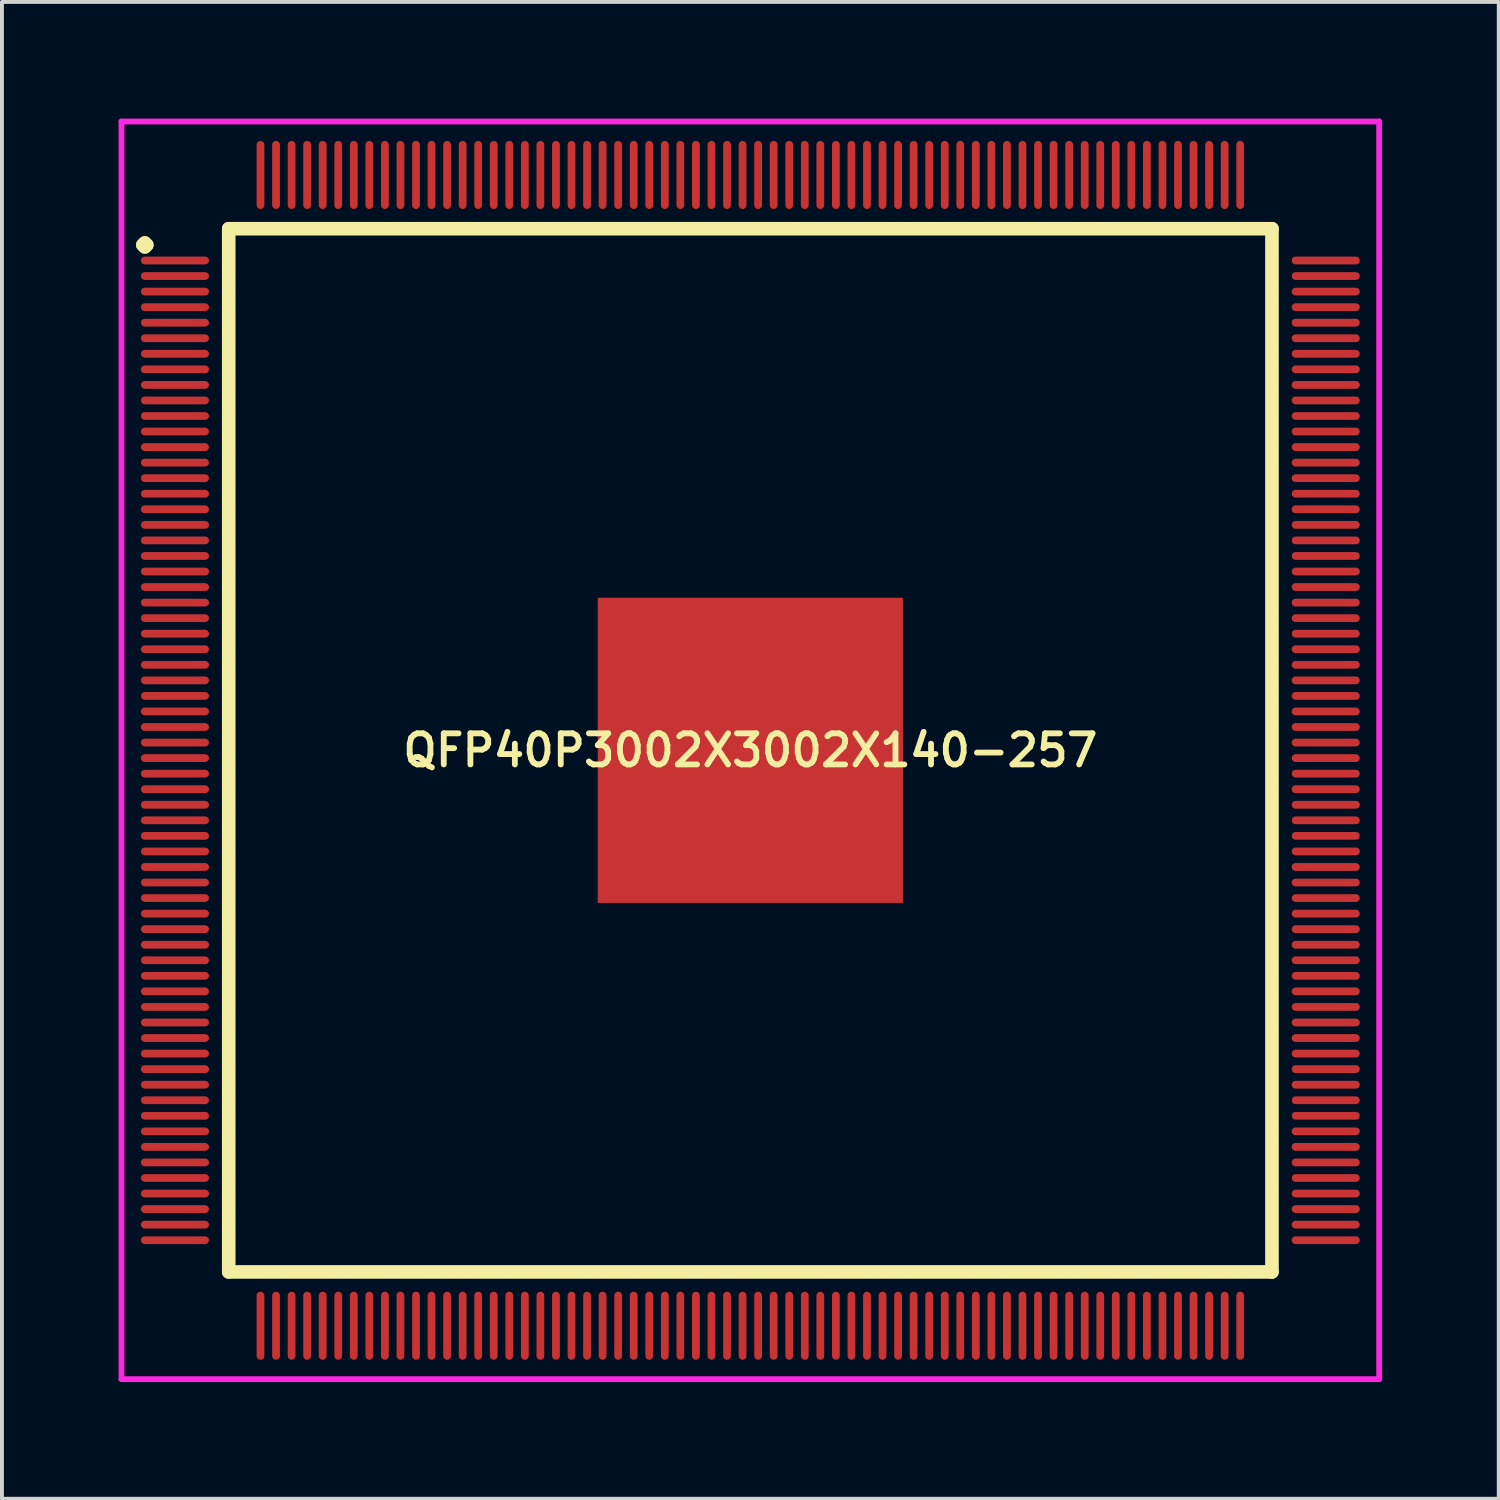
<source format=kicad_pcb>
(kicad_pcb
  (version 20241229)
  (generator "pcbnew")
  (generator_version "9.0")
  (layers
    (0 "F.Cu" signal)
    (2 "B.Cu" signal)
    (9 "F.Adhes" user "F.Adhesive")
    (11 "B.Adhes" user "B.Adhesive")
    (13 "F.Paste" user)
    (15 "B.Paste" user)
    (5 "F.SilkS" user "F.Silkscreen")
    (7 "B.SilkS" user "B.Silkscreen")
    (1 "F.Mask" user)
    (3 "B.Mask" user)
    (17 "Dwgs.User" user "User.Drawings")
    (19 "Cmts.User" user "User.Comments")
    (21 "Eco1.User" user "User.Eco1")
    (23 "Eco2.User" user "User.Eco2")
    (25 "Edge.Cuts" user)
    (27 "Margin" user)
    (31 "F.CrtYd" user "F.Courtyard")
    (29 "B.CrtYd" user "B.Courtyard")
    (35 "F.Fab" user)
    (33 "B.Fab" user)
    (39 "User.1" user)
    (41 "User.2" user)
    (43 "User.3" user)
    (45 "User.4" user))
  (footprint "QFP40P3002X3002X140-257"
    (layer "F.Cu")
    (at 16.25 16.25)
    (property "Reference" "QFP40P3002X3002X140-257" (at 0 0 0) (layer "F.SilkS") (effects (font (size 0.8 0.8) (thickness 0.15))))
    (attr smd)
    (fp_line (start -15.625 -13) (end -15.575 -13.05) (stroke (width 0.35) (type solid)) (layer "F.SilkS"))
    (fp_line (start -15.575 -13.05) (end -15.525 -13) (stroke (width 0.35) (type solid)) (layer "F.SilkS"))
    (fp_line (start -15.575 -12.95) (end -15.625 -13) (stroke (width 0.35) (type solid)) (layer "F.SilkS"))
    (fp_line (start -15.525 -13) (end -15.575 -12.95) (stroke (width 0.35) (type solid)) (layer "F.SilkS"))
    (fp_line (start -13.417 -13.417) (end -13.417 13.417) (stroke (width 0.35) (type solid)) (layer "F.SilkS"))
    (fp_line (start -13.417 13.417) (end 13.417 13.417) (stroke (width 0.35) (type solid)) (layer "F.SilkS"))
    (fp_line (start 13.417 -13.417) (end -13.417 -13.417) (stroke (width 0.35) (type solid)) (layer "F.SilkS"))
    (fp_line (start 13.417 13.417) (end 13.417 -13.417) (stroke (width 0.35) (type solid)) (layer "F.SilkS"))
    (fp_line (start -16.175 -16.175) (end 16.175 -16.175) (stroke (width 0.15) (type solid)) (layer "F.CrtYd"))
    (fp_line (start -16.175 16.175) (end -16.175 -16.175) (stroke (width 0.15) (type solid)) (layer "F.CrtYd"))
    (fp_line (start 16.175 -16.175) (end 16.175 16.175) (stroke (width 0.15) (type solid)) (layer "F.CrtYd"))
    (fp_line (start 16.175 16.175) (end -16.175 16.175) (stroke (width 0.15) (type solid)) (layer "F.CrtYd"))
    (pad "1" smd oval (at -14.8 -12.6) (size 1.75 0.2) (layers "F.Cu" "F.Mask" "F.Paste"))
    (pad "2" smd oval (at -14.8 -12.2) (size 1.75 0.2) (layers "F.Cu" "F.Mask" "F.Paste"))
    (pad "3" smd oval (at -14.8 -11.8) (size 1.75 0.2) (layers "F.Cu" "F.Mask" "F.Paste"))
    (pad "4" smd oval (at -14.8 -11.4) (size 1.75 0.2) (layers "F.Cu" "F.Mask" "F.Paste"))
    (pad "5" smd oval (at -14.8 -11) (size 1.75 0.2) (layers "F.Cu" "F.Mask" "F.Paste"))
    (pad "6" smd oval (at -14.8 -10.6) (size 1.75 0.2) (layers "F.Cu" "F.Mask" "F.Paste"))
    (pad "7" smd oval (at -14.8 -10.2) (size 1.75 0.2) (layers "F.Cu" "F.Mask" "F.Paste"))
    (pad "8" smd oval (at -14.8 -9.8) (size 1.75 0.2) (layers "F.Cu" "F.Mask" "F.Paste"))
    (pad "9" smd oval (at -14.8 -9.4) (size 1.75 0.2) (layers "F.Cu" "F.Mask" "F.Paste"))
    (pad "10" smd oval (at -14.8 -9) (size 1.75 0.2) (layers "F.Cu" "F.Mask" "F.Paste"))
    (pad "11" smd oval (at -14.8 -8.6) (size 1.75 0.2) (layers "F.Cu" "F.Mask" "F.Paste"))
    (pad "12" smd oval (at -14.8 -8.2) (size 1.75 0.2) (layers "F.Cu" "F.Mask" "F.Paste"))
    (pad "13" smd oval (at -14.8 -7.8) (size 1.75 0.2) (layers "F.Cu" "F.Mask" "F.Paste"))
    (pad "14" smd oval (at -14.8 -7.4) (size 1.75 0.2) (layers "F.Cu" "F.Mask" "F.Paste"))
    (pad "15" smd oval (at -14.8 -7) (size 1.75 0.2) (layers "F.Cu" "F.Mask" "F.Paste"))
    (pad "16" smd oval (at -14.8 -6.6) (size 1.75 0.2) (layers "F.Cu" "F.Mask" "F.Paste"))
    (pad "17" smd oval (at -14.8 -6.2) (size 1.75 0.2) (layers "F.Cu" "F.Mask" "F.Paste"))
    (pad "18" smd oval (at -14.8 -5.8) (size 1.75 0.2) (layers "F.Cu" "F.Mask" "F.Paste"))
    (pad "19" smd oval (at -14.8 -5.4) (size 1.75 0.2) (layers "F.Cu" "F.Mask" "F.Paste"))
    (pad "20" smd oval (at -14.8 -5) (size 1.75 0.2) (layers "F.Cu" "F.Mask" "F.Paste"))
    (pad "21" smd oval (at -14.8 -4.6) (size 1.75 0.2) (layers "F.Cu" "F.Mask" "F.Paste"))
    (pad "22" smd oval (at -14.8 -4.2) (size 1.75 0.2) (layers "F.Cu" "F.Mask" "F.Paste"))
    (pad "23" smd oval (at -14.8 -3.8) (size 1.75 0.2) (layers "F.Cu" "F.Mask" "F.Paste"))
    (pad "24" smd oval (at -14.8 -3.4) (size 1.75 0.2) (layers "F.Cu" "F.Mask" "F.Paste"))
    (pad "25" smd oval (at -14.8 -3) (size 1.75 0.2) (layers "F.Cu" "F.Mask" "F.Paste"))
    (pad "26" smd oval (at -14.8 -2.6) (size 1.75 0.2) (layers "F.Cu" "F.Mask" "F.Paste"))
    (pad "27" smd oval (at -14.8 -2.2) (size 1.75 0.2) (layers "F.Cu" "F.Mask" "F.Paste"))
    (pad "28" smd oval (at -14.8 -1.8) (size 1.75 0.2) (layers "F.Cu" "F.Mask" "F.Paste"))
    (pad "29" smd oval (at -14.8 -1.4) (size 1.75 0.2) (layers "F.Cu" "F.Mask" "F.Paste"))
    (pad "30" smd oval (at -14.8 -1) (size 1.75 0.2) (layers "F.Cu" "F.Mask" "F.Paste"))
    (pad "31" smd oval (at -14.8 -0.6) (size 1.75 0.2) (layers "F.Cu" "F.Mask" "F.Paste"))
    (pad "32" smd oval (at -14.8 -0.2) (size 1.75 0.2) (layers "F.Cu" "F.Mask" "F.Paste"))
    (pad "33" smd oval (at -14.8 0.2) (size 1.75 0.2) (layers "F.Cu" "F.Mask" "F.Paste"))
    (pad "34" smd oval (at -14.8 0.6) (size 1.75 0.2) (layers "F.Cu" "F.Mask" "F.Paste"))
    (pad "35" smd oval (at -14.8 1) (size 1.75 0.2) (layers "F.Cu" "F.Mask" "F.Paste"))
    (pad "36" smd oval (at -14.8 1.4) (size 1.75 0.2) (layers "F.Cu" "F.Mask" "F.Paste"))
    (pad "37" smd oval (at -14.8 1.8) (size 1.75 0.2) (layers "F.Cu" "F.Mask" "F.Paste"))
    (pad "38" smd oval (at -14.8 2.2) (size 1.75 0.2) (layers "F.Cu" "F.Mask" "F.Paste"))
    (pad "39" smd oval (at -14.8 2.6) (size 1.75 0.2) (layers "F.Cu" "F.Mask" "F.Paste"))
    (pad "40" smd oval (at -14.8 3) (size 1.75 0.2) (layers "F.Cu" "F.Mask" "F.Paste"))
    (pad "41" smd oval (at -14.8 3.4) (size 1.75 0.2) (layers "F.Cu" "F.Mask" "F.Paste"))
    (pad "42" smd oval (at -14.8 3.8) (size 1.75 0.2) (layers "F.Cu" "F.Mask" "F.Paste"))
    (pad "43" smd oval (at -14.8 4.2) (size 1.75 0.2) (layers "F.Cu" "F.Mask" "F.Paste"))
    (pad "44" smd oval (at -14.8 4.6) (size 1.75 0.2) (layers "F.Cu" "F.Mask" "F.Paste"))
    (pad "45" smd oval (at -14.8 5) (size 1.75 0.2) (layers "F.Cu" "F.Mask" "F.Paste"))
    (pad "46" smd oval (at -14.8 5.4) (size 1.75 0.2) (layers "F.Cu" "F.Mask" "F.Paste"))
    (pad "47" smd oval (at -14.8 5.8) (size 1.75 0.2) (layers "F.Cu" "F.Mask" "F.Paste"))
    (pad "48" smd oval (at -14.8 6.2) (size 1.75 0.2) (layers "F.Cu" "F.Mask" "F.Paste"))
    (pad "49" smd oval (at -14.8 6.6) (size 1.75 0.2) (layers "F.Cu" "F.Mask" "F.Paste"))
    (pad "50" smd oval (at -14.8 7) (size 1.75 0.2) (layers "F.Cu" "F.Mask" "F.Paste"))
    (pad "51" smd oval (at -14.8 7.4) (size 1.75 0.2) (layers "F.Cu" "F.Mask" "F.Paste"))
    (pad "52" smd oval (at -14.8 7.8) (size 1.75 0.2) (layers "F.Cu" "F.Mask" "F.Paste"))
    (pad "53" smd oval (at -14.8 8.2) (size 1.75 0.2) (layers "F.Cu" "F.Mask" "F.Paste"))
    (pad "54" smd oval (at -14.8 8.6) (size 1.75 0.2) (layers "F.Cu" "F.Mask" "F.Paste"))
    (pad "55" smd oval (at -14.8 9) (size 1.75 0.2) (layers "F.Cu" "F.Mask" "F.Paste"))
    (pad "56" smd oval (at -14.8 9.4) (size 1.75 0.2) (layers "F.Cu" "F.Mask" "F.Paste"))
    (pad "57" smd oval (at -14.8 9.8) (size 1.75 0.2) (layers "F.Cu" "F.Mask" "F.Paste"))
    (pad "58" smd oval (at -14.8 10.2) (size 1.75 0.2) (layers "F.Cu" "F.Mask" "F.Paste"))
    (pad "59" smd oval (at -14.8 10.6) (size 1.75 0.2) (layers "F.Cu" "F.Mask" "F.Paste"))
    (pad "60" smd oval (at -14.8 11) (size 1.75 0.2) (layers "F.Cu" "F.Mask" "F.Paste"))
    (pad "61" smd oval (at -14.8 11.4) (size 1.75 0.2) (layers "F.Cu" "F.Mask" "F.Paste"))
    (pad "62" smd oval (at -14.8 11.8) (size 1.75 0.2) (layers "F.Cu" "F.Mask" "F.Paste"))
    (pad "63" smd oval (at -14.8 12.2) (size 1.75 0.2) (layers "F.Cu" "F.Mask" "F.Paste"))
    (pad "64" smd oval (at -14.8 12.6) (size 1.75 0.2) (layers "F.Cu" "F.Mask" "F.Paste"))
    (pad "65" smd oval (at -12.6 14.8) (size 0.2 1.75) (layers "F.Cu" "F.Mask" "F.Paste"))
    (pad "66" smd oval (at -12.2 14.8) (size 0.2 1.75) (layers "F.Cu" "F.Mask" "F.Paste"))
    (pad "67" smd oval (at -11.8 14.8) (size 0.2 1.75) (layers "F.Cu" "F.Mask" "F.Paste"))
    (pad "68" smd oval (at -11.4 14.8) (size 0.2 1.75) (layers "F.Cu" "F.Mask" "F.Paste"))
    (pad "69" smd oval (at -11 14.8) (size 0.2 1.75) (layers "F.Cu" "F.Mask" "F.Paste"))
    (pad "70" smd oval (at -10.6 14.8) (size 0.2 1.75) (layers "F.Cu" "F.Mask" "F.Paste"))
    (pad "71" smd oval (at -10.2 14.8) (size 0.2 1.75) (layers "F.Cu" "F.Mask" "F.Paste"))
    (pad "72" smd oval (at -9.8 14.8) (size 0.2 1.75) (layers "F.Cu" "F.Mask" "F.Paste"))
    (pad "73" smd oval (at -9.4 14.8) (size 0.2 1.75) (layers "F.Cu" "F.Mask" "F.Paste"))
    (pad "74" smd oval (at -9 14.8) (size 0.2 1.75) (layers "F.Cu" "F.Mask" "F.Paste"))
    (pad "75" smd oval (at -8.6 14.8) (size 0.2 1.75) (layers "F.Cu" "F.Mask" "F.Paste"))
    (pad "76" smd oval (at -8.2 14.8) (size 0.2 1.75) (layers "F.Cu" "F.Mask" "F.Paste"))
    (pad "77" smd oval (at -7.8 14.8) (size 0.2 1.75) (layers "F.Cu" "F.Mask" "F.Paste"))
    (pad "78" smd oval (at -7.4 14.8) (size 0.2 1.75) (layers "F.Cu" "F.Mask" "F.Paste"))
    (pad "79" smd oval (at -7 14.8) (size 0.2 1.75) (layers "F.Cu" "F.Mask" "F.Paste"))
    (pad "80" smd oval (at -6.6 14.8) (size 0.2 1.75) (layers "F.Cu" "F.Mask" "F.Paste"))
    (pad "81" smd oval (at -6.2 14.8) (size 0.2 1.75) (layers "F.Cu" "F.Mask" "F.Paste"))
    (pad "82" smd oval (at -5.8 14.8) (size 0.2 1.75) (layers "F.Cu" "F.Mask" "F.Paste"))
    (pad "83" smd oval (at -5.4 14.8) (size 0.2 1.75) (layers "F.Cu" "F.Mask" "F.Paste"))
    (pad "84" smd oval (at -5 14.8) (size 0.2 1.75) (layers "F.Cu" "F.Mask" "F.Paste"))
    (pad "85" smd oval (at -4.6 14.8) (size 0.2 1.75) (layers "F.Cu" "F.Mask" "F.Paste"))
    (pad "86" smd oval (at -4.2 14.8) (size 0.2 1.75) (layers "F.Cu" "F.Mask" "F.Paste"))
    (pad "87" smd oval (at -3.8 14.8) (size 0.2 1.75) (layers "F.Cu" "F.Mask" "F.Paste"))
    (pad "88" smd oval (at -3.4 14.8) (size 0.2 1.75) (layers "F.Cu" "F.Mask" "F.Paste"))
    (pad "89" smd oval (at -3 14.8) (size 0.2 1.75) (layers "F.Cu" "F.Mask" "F.Paste"))
    (pad "90" smd oval (at -2.6 14.8) (size 0.2 1.75) (layers "F.Cu" "F.Mask" "F.Paste"))
    (pad "91" smd oval (at -2.2 14.8) (size 0.2 1.75) (layers "F.Cu" "F.Mask" "F.Paste"))
    (pad "92" smd oval (at -1.8 14.8) (size 0.2 1.75) (layers "F.Cu" "F.Mask" "F.Paste"))
    (pad "93" smd oval (at -1.4 14.8) (size 0.2 1.75) (layers "F.Cu" "F.Mask" "F.Paste"))
    (pad "94" smd oval (at -1 14.8) (size 0.2 1.75) (layers "F.Cu" "F.Mask" "F.Paste"))
    (pad "95" smd oval (at -0.6 14.8) (size 0.2 1.75) (layers "F.Cu" "F.Mask" "F.Paste"))
    (pad "96" smd oval (at -0.2 14.8) (size 0.2 1.75) (layers "F.Cu" "F.Mask" "F.Paste"))
    (pad "97" smd oval (at 0.2 14.8) (size 0.2 1.75) (layers "F.Cu" "F.Mask" "F.Paste"))
    (pad "98" smd oval (at 0.6 14.8) (size 0.2 1.75) (layers "F.Cu" "F.Mask" "F.Paste"))
    (pad "99" smd oval (at 1 14.8) (size 0.2 1.75) (layers "F.Cu" "F.Mask" "F.Paste"))
    (pad "100" smd oval (at 1.4 14.8) (size 0.2 1.75) (layers "F.Cu" "F.Mask" "F.Paste"))
    (pad "101" smd oval (at 1.8 14.8) (size 0.2 1.75) (layers "F.Cu" "F.Mask" "F.Paste"))
    (pad "102" smd oval (at 2.2 14.8) (size 0.2 1.75) (layers "F.Cu" "F.Mask" "F.Paste"))
    (pad "103" smd oval (at 2.6 14.8) (size 0.2 1.75) (layers "F.Cu" "F.Mask" "F.Paste"))
    (pad "104" smd oval (at 3 14.8) (size 0.2 1.75) (layers "F.Cu" "F.Mask" "F.Paste"))
    (pad "105" smd oval (at 3.4 14.8) (size 0.2 1.75) (layers "F.Cu" "F.Mask" "F.Paste"))
    (pad "106" smd oval (at 3.8 14.8) (size 0.2 1.75) (layers "F.Cu" "F.Mask" "F.Paste"))
    (pad "107" smd oval (at 4.2 14.8) (size 0.2 1.75) (layers "F.Cu" "F.Mask" "F.Paste"))
    (pad "108" smd oval (at 4.6 14.8) (size 0.2 1.75) (layers "F.Cu" "F.Mask" "F.Paste"))
    (pad "109" smd oval (at 5 14.8) (size 0.2 1.75) (layers "F.Cu" "F.Mask" "F.Paste"))
    (pad "110" smd oval (at 5.4 14.8) (size 0.2 1.75) (layers "F.Cu" "F.Mask" "F.Paste"))
    (pad "111" smd oval (at 5.8 14.8) (size 0.2 1.75) (layers "F.Cu" "F.Mask" "F.Paste"))
    (pad "112" smd oval (at 6.2 14.8) (size 0.2 1.75) (layers "F.Cu" "F.Mask" "F.Paste"))
    (pad "113" smd oval (at 6.6 14.8) (size 0.2 1.75) (layers "F.Cu" "F.Mask" "F.Paste"))
    (pad "114" smd oval (at 7 14.8) (size 0.2 1.75) (layers "F.Cu" "F.Mask" "F.Paste"))
    (pad "115" smd oval (at 7.4 14.8) (size 0.2 1.75) (layers "F.Cu" "F.Mask" "F.Paste"))
    (pad "116" smd oval (at 7.8 14.8) (size 0.2 1.75) (layers "F.Cu" "F.Mask" "F.Paste"))
    (pad "117" smd oval (at 8.2 14.8) (size 0.2 1.75) (layers "F.Cu" "F.Mask" "F.Paste"))
    (pad "118" smd oval (at 8.6 14.8) (size 0.2 1.75) (layers "F.Cu" "F.Mask" "F.Paste"))
    (pad "119" smd oval (at 9 14.8) (size 0.2 1.75) (layers "F.Cu" "F.Mask" "F.Paste"))
    (pad "120" smd oval (at 9.4 14.8) (size 0.2 1.75) (layers "F.Cu" "F.Mask" "F.Paste"))
    (pad "121" smd oval (at 9.8 14.8) (size 0.2 1.75) (layers "F.Cu" "F.Mask" "F.Paste"))
    (pad "122" smd oval (at 10.2 14.8) (size 0.2 1.75) (layers "F.Cu" "F.Mask" "F.Paste"))
    (pad "123" smd oval (at 10.6 14.8) (size 0.2 1.75) (layers "F.Cu" "F.Mask" "F.Paste"))
    (pad "124" smd oval (at 11 14.8) (size 0.2 1.75) (layers "F.Cu" "F.Mask" "F.Paste"))
    (pad "125" smd oval (at 11.4 14.8) (size 0.2 1.75) (layers "F.Cu" "F.Mask" "F.Paste"))
    (pad "126" smd oval (at 11.8 14.8) (size 0.2 1.75) (layers "F.Cu" "F.Mask" "F.Paste"))
    (pad "127" smd oval (at 12.2 14.8) (size 0.2 1.75) (layers "F.Cu" "F.Mask" "F.Paste"))
    (pad "128" smd oval (at 12.6 14.8) (size 0.2 1.75) (layers "F.Cu" "F.Mask" "F.Paste"))
    (pad "129" smd oval (at 14.8 12.6) (size 1.75 0.2) (layers "F.Cu" "F.Mask" "F.Paste"))
    (pad "130" smd oval (at 14.8 12.2) (size 1.75 0.2) (layers "F.Cu" "F.Mask" "F.Paste"))
    (pad "131" smd oval (at 14.8 11.8) (size 1.75 0.2) (layers "F.Cu" "F.Mask" "F.Paste"))
    (pad "132" smd oval (at 14.8 11.4) (size 1.75 0.2) (layers "F.Cu" "F.Mask" "F.Paste"))
    (pad "133" smd oval (at 14.8 11) (size 1.75 0.2) (layers "F.Cu" "F.Mask" "F.Paste"))
    (pad "134" smd oval (at 14.8 10.6) (size 1.75 0.2) (layers "F.Cu" "F.Mask" "F.Paste"))
    (pad "135" smd oval (at 14.8 10.2) (size 1.75 0.2) (layers "F.Cu" "F.Mask" "F.Paste"))
    (pad "136" smd oval (at 14.8 9.8) (size 1.75 0.2) (layers "F.Cu" "F.Mask" "F.Paste"))
    (pad "137" smd oval (at 14.8 9.4) (size 1.75 0.2) (layers "F.Cu" "F.Mask" "F.Paste"))
    (pad "138" smd oval (at 14.8 9) (size 1.75 0.2) (layers "F.Cu" "F.Mask" "F.Paste"))
    (pad "139" smd oval (at 14.8 8.6) (size 1.75 0.2) (layers "F.Cu" "F.Mask" "F.Paste"))
    (pad "140" smd oval (at 14.8 8.2) (size 1.75 0.2) (layers "F.Cu" "F.Mask" "F.Paste"))
    (pad "141" smd oval (at 14.8 7.8) (size 1.75 0.2) (layers "F.Cu" "F.Mask" "F.Paste"))
    (pad "142" smd oval (at 14.8 7.4) (size 1.75 0.2) (layers "F.Cu" "F.Mask" "F.Paste"))
    (pad "143" smd oval (at 14.8 7) (size 1.75 0.2) (layers "F.Cu" "F.Mask" "F.Paste"))
    (pad "144" smd oval (at 14.8 6.6) (size 1.75 0.2) (layers "F.Cu" "F.Mask" "F.Paste"))
    (pad "145" smd oval (at 14.8 6.2) (size 1.75 0.2) (layers "F.Cu" "F.Mask" "F.Paste"))
    (pad "146" smd oval (at 14.8 5.8) (size 1.75 0.2) (layers "F.Cu" "F.Mask" "F.Paste"))
    (pad "147" smd oval (at 14.8 5.4) (size 1.75 0.2) (layers "F.Cu" "F.Mask" "F.Paste"))
    (pad "148" smd oval (at 14.8 5) (size 1.75 0.2) (layers "F.Cu" "F.Mask" "F.Paste"))
    (pad "149" smd oval (at 14.8 4.6) (size 1.75 0.2) (layers "F.Cu" "F.Mask" "F.Paste"))
    (pad "150" smd oval (at 14.8 4.2) (size 1.75 0.2) (layers "F.Cu" "F.Mask" "F.Paste"))
    (pad "151" smd oval (at 14.8 3.8) (size 1.75 0.2) (layers "F.Cu" "F.Mask" "F.Paste"))
    (pad "152" smd oval (at 14.8 3.4) (size 1.75 0.2) (layers "F.Cu" "F.Mask" "F.Paste"))
    (pad "153" smd oval (at 14.8 3) (size 1.75 0.2) (layers "F.Cu" "F.Mask" "F.Paste"))
    (pad "154" smd oval (at 14.8 2.6) (size 1.75 0.2) (layers "F.Cu" "F.Mask" "F.Paste"))
    (pad "155" smd oval (at 14.8 2.2) (size 1.75 0.2) (layers "F.Cu" "F.Mask" "F.Paste"))
    (pad "156" smd oval (at 14.8 1.8) (size 1.75 0.2) (layers "F.Cu" "F.Mask" "F.Paste"))
    (pad "157" smd oval (at 14.8 1.4) (size 1.75 0.2) (layers "F.Cu" "F.Mask" "F.Paste"))
    (pad "158" smd oval (at 14.8 1) (size 1.75 0.2) (layers "F.Cu" "F.Mask" "F.Paste"))
    (pad "159" smd oval (at 14.8 0.6) (size 1.75 0.2) (layers "F.Cu" "F.Mask" "F.Paste"))
    (pad "160" smd oval (at 14.8 0.2) (size 1.75 0.2) (layers "F.Cu" "F.Mask" "F.Paste"))
    (pad "161" smd oval (at 14.8 -0.2) (size 1.75 0.2) (layers "F.Cu" "F.Mask" "F.Paste"))
    (pad "162" smd oval (at 14.8 -0.6) (size 1.75 0.2) (layers "F.Cu" "F.Mask" "F.Paste"))
    (pad "163" smd oval (at 14.8 -1) (size 1.75 0.2) (layers "F.Cu" "F.Mask" "F.Paste"))
    (pad "164" smd oval (at 14.8 -1.4) (size 1.75 0.2) (layers "F.Cu" "F.Mask" "F.Paste"))
    (pad "165" smd oval (at 14.8 -1.8) (size 1.75 0.2) (layers "F.Cu" "F.Mask" "F.Paste"))
    (pad "166" smd oval (at 14.8 -2.2) (size 1.75 0.2) (layers "F.Cu" "F.Mask" "F.Paste"))
    (pad "167" smd oval (at 14.8 -2.6) (size 1.75 0.2) (layers "F.Cu" "F.Mask" "F.Paste"))
    (pad "168" smd oval (at 14.8 -3) (size 1.75 0.2) (layers "F.Cu" "F.Mask" "F.Paste"))
    (pad "169" smd oval (at 14.8 -3.4) (size 1.75 0.2) (layers "F.Cu" "F.Mask" "F.Paste"))
    (pad "170" smd oval (at 14.8 -3.8) (size 1.75 0.2) (layers "F.Cu" "F.Mask" "F.Paste"))
    (pad "171" smd oval (at 14.8 -4.2) (size 1.75 0.2) (layers "F.Cu" "F.Mask" "F.Paste"))
    (pad "172" smd oval (at 14.8 -4.6) (size 1.75 0.2) (layers "F.Cu" "F.Mask" "F.Paste"))
    (pad "173" smd oval (at 14.8 -5) (size 1.75 0.2) (layers "F.Cu" "F.Mask" "F.Paste"))
    (pad "174" smd oval (at 14.8 -5.4) (size 1.75 0.2) (layers "F.Cu" "F.Mask" "F.Paste"))
    (pad "175" smd oval (at 14.8 -5.8) (size 1.75 0.2) (layers "F.Cu" "F.Mask" "F.Paste"))
    (pad "176" smd oval (at 14.8 -6.2) (size 1.75 0.2) (layers "F.Cu" "F.Mask" "F.Paste"))
    (pad "177" smd oval (at 14.8 -6.6) (size 1.75 0.2) (layers "F.Cu" "F.Mask" "F.Paste"))
    (pad "178" smd oval (at 14.8 -7) (size 1.75 0.2) (layers "F.Cu" "F.Mask" "F.Paste"))
    (pad "179" smd oval (at 14.8 -7.4) (size 1.75 0.2) (layers "F.Cu" "F.Mask" "F.Paste"))
    (pad "180" smd oval (at 14.8 -7.8) (size 1.75 0.2) (layers "F.Cu" "F.Mask" "F.Paste"))
    (pad "181" smd oval (at 14.8 -8.2) (size 1.75 0.2) (layers "F.Cu" "F.Mask" "F.Paste"))
    (pad "182" smd oval (at 14.8 -8.6) (size 1.75 0.2) (layers "F.Cu" "F.Mask" "F.Paste"))
    (pad "183" smd oval (at 14.8 -9) (size 1.75 0.2) (layers "F.Cu" "F.Mask" "F.Paste"))
    (pad "184" smd oval (at 14.8 -9.4) (size 1.75 0.2) (layers "F.Cu" "F.Mask" "F.Paste"))
    (pad "185" smd oval (at 14.8 -9.8) (size 1.75 0.2) (layers "F.Cu" "F.Mask" "F.Paste"))
    (pad "186" smd oval (at 14.8 -10.2) (size 1.75 0.2) (layers "F.Cu" "F.Mask" "F.Paste"))
    (pad "187" smd oval (at 14.8 -10.6) (size 1.75 0.2) (layers "F.Cu" "F.Mask" "F.Paste"))
    (pad "188" smd oval (at 14.8 -11) (size 1.75 0.2) (layers "F.Cu" "F.Mask" "F.Paste"))
    (pad "189" smd oval (at 14.8 -11.4) (size 1.75 0.2) (layers "F.Cu" "F.Mask" "F.Paste"))
    (pad "190" smd oval (at 14.8 -11.8) (size 1.75 0.2) (layers "F.Cu" "F.Mask" "F.Paste"))
    (pad "191" smd oval (at 14.8 -12.2) (size 1.75 0.2) (layers "F.Cu" "F.Mask" "F.Paste"))
    (pad "192" smd oval (at 14.8 -12.6) (size 1.75 0.2) (layers "F.Cu" "F.Mask" "F.Paste"))
    (pad "193" smd oval (at 12.6 -14.8) (size 0.2 1.75) (layers "F.Cu" "F.Mask" "F.Paste"))
    (pad "194" smd oval (at 12.2 -14.8) (size 0.2 1.75) (layers "F.Cu" "F.Mask" "F.Paste"))
    (pad "195" smd oval (at 11.8 -14.8) (size 0.2 1.75) (layers "F.Cu" "F.Mask" "F.Paste"))
    (pad "196" smd oval (at 11.4 -14.8) (size 0.2 1.75) (layers "F.Cu" "F.Mask" "F.Paste"))
    (pad "197" smd oval (at 11 -14.8) (size 0.2 1.75) (layers "F.Cu" "F.Mask" "F.Paste"))
    (pad "198" smd oval (at 10.6 -14.8) (size 0.2 1.75) (layers "F.Cu" "F.Mask" "F.Paste"))
    (pad "199" smd oval (at 10.2 -14.8) (size 0.2 1.75) (layers "F.Cu" "F.Mask" "F.Paste"))
    (pad "200" smd oval (at 9.8 -14.8) (size 0.2 1.75) (layers "F.Cu" "F.Mask" "F.Paste"))
    (pad "201" smd oval (at 9.4 -14.8) (size 0.2 1.75) (layers "F.Cu" "F.Mask" "F.Paste"))
    (pad "202" smd oval (at 9 -14.8) (size 0.2 1.75) (layers "F.Cu" "F.Mask" "F.Paste"))
    (pad "203" smd oval (at 8.6 -14.8) (size 0.2 1.75) (layers "F.Cu" "F.Mask" "F.Paste"))
    (pad "204" smd oval (at 8.2 -14.8) (size 0.2 1.75) (layers "F.Cu" "F.Mask" "F.Paste"))
    (pad "205" smd oval (at 7.8 -14.8) (size 0.2 1.75) (layers "F.Cu" "F.Mask" "F.Paste"))
    (pad "206" smd oval (at 7.4 -14.8) (size 0.2 1.75) (layers "F.Cu" "F.Mask" "F.Paste"))
    (pad "207" smd oval (at 7 -14.8) (size 0.2 1.75) (layers "F.Cu" "F.Mask" "F.Paste"))
    (pad "208" smd oval (at 6.6 -14.8) (size 0.2 1.75) (layers "F.Cu" "F.Mask" "F.Paste"))
    (pad "209" smd oval (at 6.2 -14.8) (size 0.2 1.75) (layers "F.Cu" "F.Mask" "F.Paste"))
    (pad "210" smd oval (at 5.8 -14.8) (size 0.2 1.75) (layers "F.Cu" "F.Mask" "F.Paste"))
    (pad "211" smd oval (at 5.4 -14.8) (size 0.2 1.75) (layers "F.Cu" "F.Mask" "F.Paste"))
    (pad "212" smd oval (at 5 -14.8) (size 0.2 1.75) (layers "F.Cu" "F.Mask" "F.Paste"))
    (pad "213" smd oval (at 4.6 -14.8) (size 0.2 1.75) (layers "F.Cu" "F.Mask" "F.Paste"))
    (pad "214" smd oval (at 4.2 -14.8) (size 0.2 1.75) (layers "F.Cu" "F.Mask" "F.Paste"))
    (pad "215" smd oval (at 3.8 -14.8) (size 0.2 1.75) (layers "F.Cu" "F.Mask" "F.Paste"))
    (pad "216" smd oval (at 3.4 -14.8) (size 0.2 1.75) (layers "F.Cu" "F.Mask" "F.Paste"))
    (pad "217" smd oval (at 3 -14.8) (size 0.2 1.75) (layers "F.Cu" "F.Mask" "F.Paste"))
    (pad "218" smd oval (at 2.6 -14.8) (size 0.2 1.75) (layers "F.Cu" "F.Mask" "F.Paste"))
    (pad "219" smd oval (at 2.2 -14.8) (size 0.2 1.75) (layers "F.Cu" "F.Mask" "F.Paste"))
    (pad "220" smd oval (at 1.8 -14.8) (size 0.2 1.75) (layers "F.Cu" "F.Mask" "F.Paste"))
    (pad "221" smd oval (at 1.4 -14.8) (size 0.2 1.75) (layers "F.Cu" "F.Mask" "F.Paste"))
    (pad "222" smd oval (at 1 -14.8) (size 0.2 1.75) (layers "F.Cu" "F.Mask" "F.Paste"))
    (pad "223" smd oval (at 0.6 -14.8) (size 0.2 1.75) (layers "F.Cu" "F.Mask" "F.Paste"))
    (pad "224" smd oval (at 0.2 -14.8) (size 0.2 1.75) (layers "F.Cu" "F.Mask" "F.Paste"))
    (pad "225" smd oval (at -0.2 -14.8) (size 0.2 1.75) (layers "F.Cu" "F.Mask" "F.Paste"))
    (pad "226" smd oval (at -0.6 -14.8) (size 0.2 1.75) (layers "F.Cu" "F.Mask" "F.Paste"))
    (pad "227" smd oval (at -1 -14.8) (size 0.2 1.75) (layers "F.Cu" "F.Mask" "F.Paste"))
    (pad "228" smd oval (at -1.4 -14.8) (size 0.2 1.75) (layers "F.Cu" "F.Mask" "F.Paste"))
    (pad "229" smd oval (at -1.8 -14.8) (size 0.2 1.75) (layers "F.Cu" "F.Mask" "F.Paste"))
    (pad "230" smd oval (at -2.2 -14.8) (size 0.2 1.75) (layers "F.Cu" "F.Mask" "F.Paste"))
    (pad "231" smd oval (at -2.6 -14.8) (size 0.2 1.75) (layers "F.Cu" "F.Mask" "F.Paste"))
    (pad "232" smd oval (at -3 -14.8) (size 0.2 1.75) (layers "F.Cu" "F.Mask" "F.Paste"))
    (pad "233" smd oval (at -3.4 -14.8) (size 0.2 1.75) (layers "F.Cu" "F.Mask" "F.Paste"))
    (pad "234" smd oval (at -3.8 -14.8) (size 0.2 1.75) (layers "F.Cu" "F.Mask" "F.Paste"))
    (pad "235" smd oval (at -4.2 -14.8) (size 0.2 1.75) (layers "F.Cu" "F.Mask" "F.Paste"))
    (pad "236" smd oval (at -4.6 -14.8) (size 0.2 1.75) (layers "F.Cu" "F.Mask" "F.Paste"))
    (pad "237" smd oval (at -5 -14.8) (size 0.2 1.75) (layers "F.Cu" "F.Mask" "F.Paste"))
    (pad "238" smd oval (at -5.4 -14.8) (size 0.2 1.75) (layers "F.Cu" "F.Mask" "F.Paste"))
    (pad "239" smd oval (at -5.8 -14.8) (size 0.2 1.75) (layers "F.Cu" "F.Mask" "F.Paste"))
    (pad "240" smd oval (at -6.2 -14.8) (size 0.2 1.75) (layers "F.Cu" "F.Mask" "F.Paste"))
    (pad "241" smd oval (at -6.6 -14.8) (size 0.2 1.75) (layers "F.Cu" "F.Mask" "F.Paste"))
    (pad "242" smd oval (at -7 -14.8) (size 0.2 1.75) (layers "F.Cu" "F.Mask" "F.Paste"))
    (pad "243" smd oval (at -7.4 -14.8) (size 0.2 1.75) (layers "F.Cu" "F.Mask" "F.Paste"))
    (pad "244" smd oval (at -7.8 -14.8) (size 0.2 1.75) (layers "F.Cu" "F.Mask" "F.Paste"))
    (pad "245" smd oval (at -8.2 -14.8) (size 0.2 1.75) (layers "F.Cu" "F.Mask" "F.Paste"))
    (pad "246" smd oval (at -8.6 -14.8) (size 0.2 1.75) (layers "F.Cu" "F.Mask" "F.Paste"))
    (pad "247" smd oval (at -9 -14.8) (size 0.2 1.75) (layers "F.Cu" "F.Mask" "F.Paste"))
    (pad "248" smd oval (at -9.4 -14.8) (size 0.2 1.75) (layers "F.Cu" "F.Mask" "F.Paste"))
    (pad "249" smd oval (at -9.8 -14.8) (size 0.2 1.75) (layers "F.Cu" "F.Mask" "F.Paste"))
    (pad "250" smd oval (at -10.2 -14.8) (size 0.2 1.75) (layers "F.Cu" "F.Mask" "F.Paste"))
    (pad "251" smd oval (at -10.6 -14.8) (size 0.2 1.75) (layers "F.Cu" "F.Mask" "F.Paste"))
    (pad "252" smd oval (at -11 -14.8) (size 0.2 1.75) (layers "F.Cu" "F.Mask" "F.Paste"))
    (pad "253" smd oval (at -11.4 -14.8) (size 0.2 1.75) (layers "F.Cu" "F.Mask" "F.Paste"))
    (pad "254" smd oval (at -11.8 -14.8) (size 0.2 1.75) (layers "F.Cu" "F.Mask" "F.Paste"))
    (pad "255" smd oval (at -12.2 -14.8) (size 0.2 1.75) (layers "F.Cu" "F.Mask" "F.Paste"))
    (pad "256" smd oval (at -12.6 -14.8) (size 0.2 1.75) (layers "F.Cu" "F.Mask" "F.Paste"))
    (pad "257" smd rect (at 0 0) (size 7.85 7.85) (layers "F.Cu" "F.Mask" "F.Paste")))
  (gr_rect
    (start -3 -3)
    (end 35.5 35.5)
    (stroke (width 0.1) (type default))
    (fill no)
    (layer "Edge.Cuts")))
</source>
